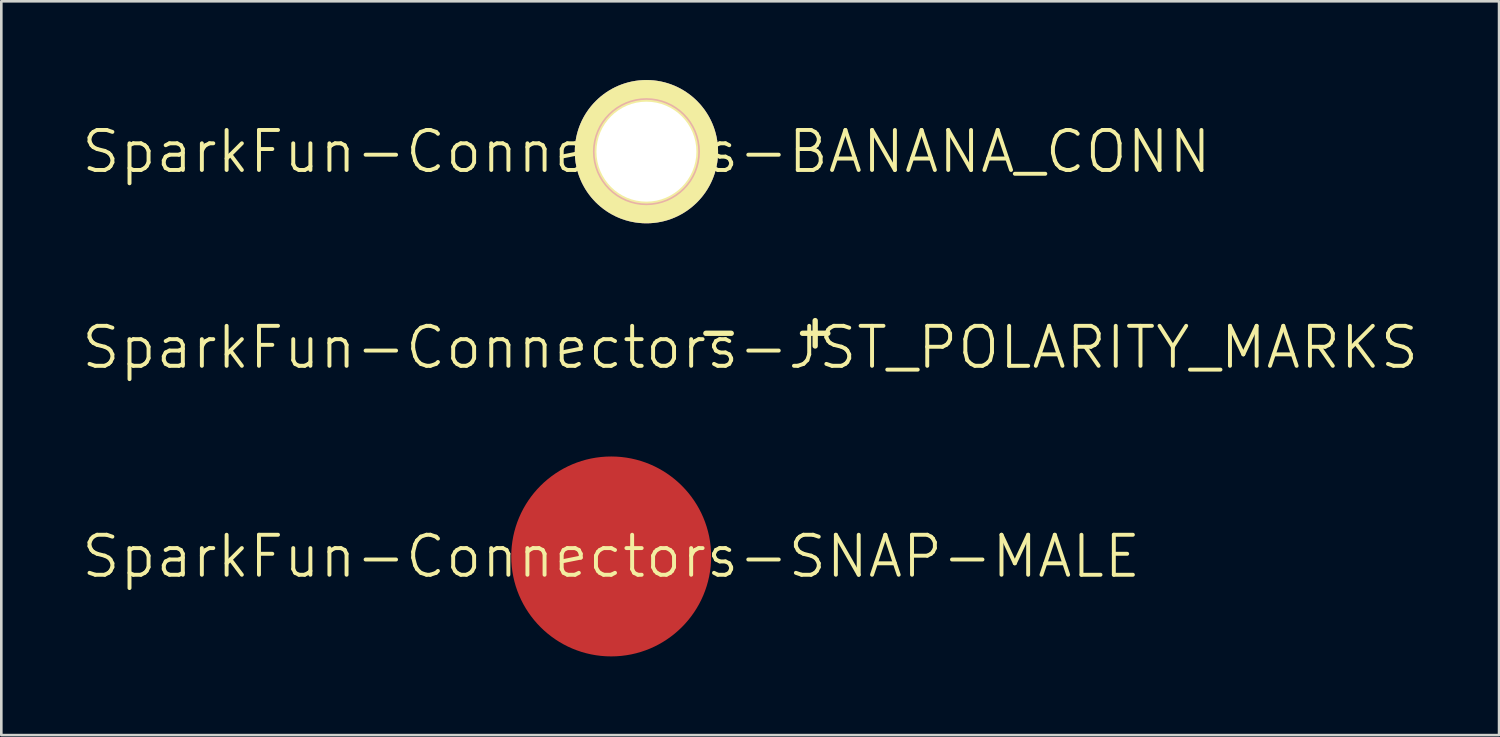
<source format=kicad_pcb>
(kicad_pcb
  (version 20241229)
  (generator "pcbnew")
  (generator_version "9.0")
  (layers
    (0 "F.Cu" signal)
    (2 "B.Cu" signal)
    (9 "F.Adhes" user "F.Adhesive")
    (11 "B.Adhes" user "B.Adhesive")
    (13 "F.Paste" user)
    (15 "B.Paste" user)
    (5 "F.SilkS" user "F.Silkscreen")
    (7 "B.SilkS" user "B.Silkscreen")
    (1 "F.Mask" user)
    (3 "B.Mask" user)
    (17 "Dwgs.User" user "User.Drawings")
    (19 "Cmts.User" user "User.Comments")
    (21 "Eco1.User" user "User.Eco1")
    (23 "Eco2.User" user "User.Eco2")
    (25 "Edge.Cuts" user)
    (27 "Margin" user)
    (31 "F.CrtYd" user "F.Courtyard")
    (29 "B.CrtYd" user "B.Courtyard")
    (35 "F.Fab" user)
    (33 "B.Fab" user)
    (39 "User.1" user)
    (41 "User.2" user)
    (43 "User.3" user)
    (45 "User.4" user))
  (footprint "SparkFun-Connectors-JST_POLARITY_MARKS"
    (layer "F.Cu")
    (at 25.545 10.196)
    (property "Reference" "SparkFun-Connectors-JST_POLARITY_MARKS" (at 0 0 0) (layer "F.SilkS") (effects (font (size 1.524 1.524) (thickness 0.15))))
    (attr exclude_from_pos_files exclude_from_bom)
    (fp_text user "+" (at 2.477 -0.635 0) (layer "F.SilkS") (effects (font (size 1.27 1.27) (thickness 0.203))))
    (fp_text user "-" (at -1.206 -0.635 0) (layer "F.SilkS") (effects (font (size 1.27 1.27) (thickness 0.203)))))
  (footprint "SparkFun-Connectors-SNAP-MALE"
    (layer "F.Cu")
    (at 20.247 18.16)
    (property "Reference" "SparkFun-Connectors-SNAP-MALE" (at 0 0 0) (layer "F.SilkS") (effects (font (size 1.524 1.524) (thickness 0.15))))
    (attr smd)
    (pad "2" smd circle (at 0 0) (size 7.62 7.62) (layers "F.Cu" "F.Mask" "F.Paste")))
  (footprint "SparkFun-Connectors-BANANA_CONN"
    (layer "F.Cu")
    (at 21.59 2.731)
    (property "Reference" "SparkFun-Connectors-BANANA_CONN" (at 0 0 0) (layer "F.SilkS") (effects (font (size 1.524 1.524) (thickness 0.15))))
    (attr exclude_from_pos_files exclude_from_bom)
    (fp_circle (center 0 0) (end -1.42 1.42) (stroke (width 0.064) (type solid)) (fill no) (layer "B.SilkS"))
    (pad "P$1" thru_hole circle (at 0 0) (size 5.461 5.461) (drill 3.81) (layers "*.Cu" "F.Mask" "F.SilkS" "F.Paste")))
  (gr_rect
    (start -3 -3)
    (end 54.09 24.97)
    (stroke (width 0.1) (type default))
    (fill no)
    (layer "Edge.Cuts")))
</source>
